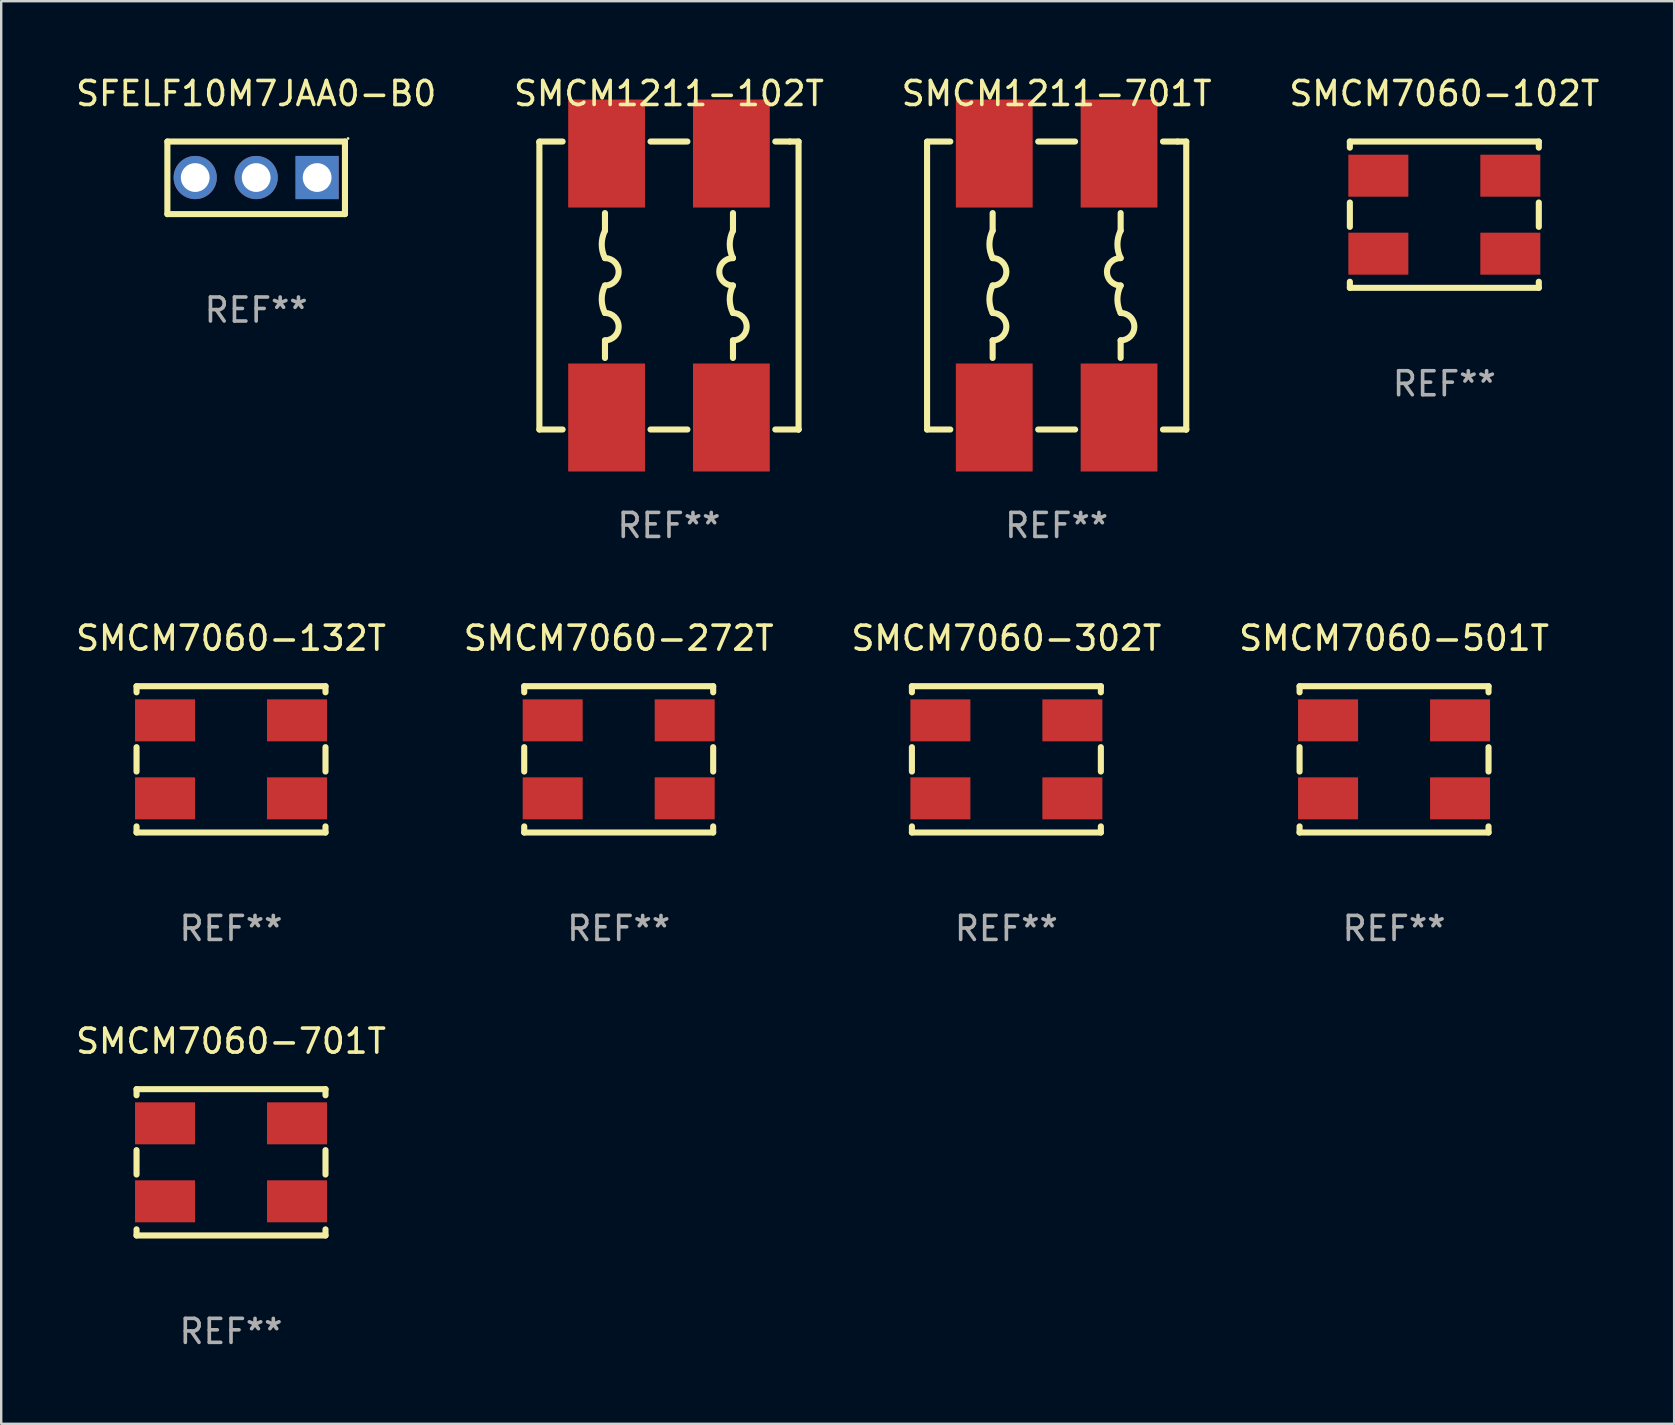
<source format=kicad_pcb>
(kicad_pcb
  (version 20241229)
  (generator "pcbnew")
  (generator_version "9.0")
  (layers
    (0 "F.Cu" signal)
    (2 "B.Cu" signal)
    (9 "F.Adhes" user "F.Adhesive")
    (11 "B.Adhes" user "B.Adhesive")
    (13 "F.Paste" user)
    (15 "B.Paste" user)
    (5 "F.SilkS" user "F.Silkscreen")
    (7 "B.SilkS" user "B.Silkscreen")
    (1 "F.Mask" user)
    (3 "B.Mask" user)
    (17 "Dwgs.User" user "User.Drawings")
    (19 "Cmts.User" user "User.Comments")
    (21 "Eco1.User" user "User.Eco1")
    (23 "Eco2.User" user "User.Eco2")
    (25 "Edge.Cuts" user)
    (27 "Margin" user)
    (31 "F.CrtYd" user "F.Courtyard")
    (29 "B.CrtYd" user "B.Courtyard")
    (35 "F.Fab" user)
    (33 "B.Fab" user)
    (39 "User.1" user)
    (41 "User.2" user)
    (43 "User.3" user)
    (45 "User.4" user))
  (footprint "SMCM7060-132T"
    (layer "F.Cu")
    (at 6.577 28.593)
    (property "Reference" "SMCM7060-132T" (at 0 -5.048 0) (layer "F.SilkS") (effects (font (size 1 1) (thickness 0.15))))
    (attr through_hole)
    (fp_line (start -3.937 -3.048) (end -3.937 -2.794) (stroke (width 0.254) (type solid)) (layer "F.SilkS"))
    (fp_line (start -3.937 -0.508) (end -3.937 0.508) (stroke (width 0.254) (type solid)) (layer "F.SilkS"))
    (fp_line (start -3.937 3.048) (end -3.937 2.794) (stroke (width 0.254) (type solid)) (layer "F.SilkS"))
    (fp_line (start 3.937 -3.048) (end -3.937 -3.048) (stroke (width 0.254) (type solid)) (layer "F.SilkS"))
    (fp_line (start 3.937 -2.794) (end 3.937 -3.048) (stroke (width 0.254) (type solid)) (layer "F.SilkS"))
    (fp_line (start 3.937 -0.508) (end 3.937 0.508) (stroke (width 0.254) (type solid)) (layer "F.SilkS"))
    (fp_line (start 3.937 2.794) (end 3.937 3.048) (stroke (width 0.254) (type solid)) (layer "F.SilkS"))
    (fp_line (start 3.937 3.048) (end -3.937 3.048) (stroke (width 0.254) (type solid)) (layer "F.SilkS"))
    (fp_circle (center -3.5 -3) (end -3.47 -3) (stroke (width 0.06) (type solid)) (fill no) (layer "F.SilkS"))
    (fp_text user "REF**" (at 0 7.048 0) (layer "F.Fab") (effects (font (size 1 1) (thickness 0.15))))
    (pad "1" smd rect (at -2.75 -1.625) (size 2.5 1.75) (layers "F.Cu" "F.Mask" "F.Paste"))
    (pad "2" smd rect (at -2.75 1.625) (size 2.5 1.75) (layers "F.Cu" "F.Mask" "F.Paste"))
    (pad "3" smd rect (at 2.75 1.625) (size 2.5 1.75) (layers "F.Cu" "F.Mask" "F.Paste"))
    (pad "4" smd rect (at 2.75 -1.625) (size 2.5 1.75) (layers "F.Cu" "F.Mask" "F.Paste")))
  (footprint "SMCM7060-102T"
    (layer "F.Cu")
    (at 57.137 5.896)
    (property "Reference" "SMCM7060-102T" (at 0 -5.048 0) (layer "F.SilkS") (effects (font (size 1 1) (thickness 0.15))))
    (attr through_hole)
    (fp_line (start -3.937 -3.048) (end -3.937 -2.794) (stroke (width 0.254) (type solid)) (layer "F.SilkS"))
    (fp_line (start -3.937 -0.508) (end -3.937 0.508) (stroke (width 0.254) (type solid)) (layer "F.SilkS"))
    (fp_line (start -3.937 3.048) (end -3.937 2.794) (stroke (width 0.254) (type solid)) (layer "F.SilkS"))
    (fp_line (start 3.937 -3.048) (end -3.937 -3.048) (stroke (width 0.254) (type solid)) (layer "F.SilkS"))
    (fp_line (start 3.937 -2.794) (end 3.937 -3.048) (stroke (width 0.254) (type solid)) (layer "F.SilkS"))
    (fp_line (start 3.937 -0.508) (end 3.937 0.508) (stroke (width 0.254) (type solid)) (layer "F.SilkS"))
    (fp_line (start 3.937 2.794) (end 3.937 3.048) (stroke (width 0.254) (type solid)) (layer "F.SilkS"))
    (fp_line (start 3.937 3.048) (end -3.937 3.048) (stroke (width 0.254) (type solid)) (layer "F.SilkS"))
    (fp_circle (center -3.5 -3) (end -3.47 -3) (stroke (width 0.06) (type solid)) (fill no) (layer "F.SilkS"))
    (fp_text user "REF**" (at 0 7.048 0) (layer "F.Fab") (effects (font (size 1 1) (thickness 0.15))))
    (pad "1" smd rect (at -2.75 -1.625) (size 2.5 1.75) (layers "F.Cu" "F.Mask" "F.Paste"))
    (pad "2" smd rect (at -2.75 1.625) (size 2.5 1.75) (layers "F.Cu" "F.Mask" "F.Paste"))
    (pad "3" smd rect (at 2.75 1.625) (size 2.5 1.75) (layers "F.Cu" "F.Mask" "F.Paste"))
    (pad "4" smd rect (at 2.75 -1.625) (size 2.5 1.75) (layers "F.Cu" "F.Mask" "F.Paste")))
  (footprint "SMCM7060-302T"
    (layer "F.Cu")
    (at 38.887 28.593)
    (property "Reference" "SMCM7060-302T" (at 0 -5.048 0) (layer "F.SilkS") (effects (font (size 1 1) (thickness 0.15))))
    (attr through_hole)
    (fp_line (start -3.937 -3.048) (end -3.937 -2.794) (stroke (width 0.254) (type solid)) (layer "F.SilkS"))
    (fp_line (start -3.937 -0.508) (end -3.937 0.508) (stroke (width 0.254) (type solid)) (layer "F.SilkS"))
    (fp_line (start -3.937 3.048) (end -3.937 2.794) (stroke (width 0.254) (type solid)) (layer "F.SilkS"))
    (fp_line (start 3.937 -3.048) (end -3.937 -3.048) (stroke (width 0.254) (type solid)) (layer "F.SilkS"))
    (fp_line (start 3.937 -2.794) (end 3.937 -3.048) (stroke (width 0.254) (type solid)) (layer "F.SilkS"))
    (fp_line (start 3.937 -0.508) (end 3.937 0.508) (stroke (width 0.254) (type solid)) (layer "F.SilkS"))
    (fp_line (start 3.937 2.794) (end 3.937 3.048) (stroke (width 0.254) (type solid)) (layer "F.SilkS"))
    (fp_line (start 3.937 3.048) (end -3.937 3.048) (stroke (width 0.254) (type solid)) (layer "F.SilkS"))
    (fp_circle (center -3.5 -3) (end -3.47 -3) (stroke (width 0.06) (type solid)) (fill no) (layer "F.SilkS"))
    (fp_text user "REF**" (at 0 7.048 0) (layer "F.Fab") (effects (font (size 1 1) (thickness 0.15))))
    (pad "1" smd rect (at -2.75 -1.625) (size 2.5 1.75) (layers "F.Cu" "F.Mask" "F.Paste"))
    (pad "2" smd rect (at -2.75 1.625) (size 2.5 1.75) (layers "F.Cu" "F.Mask" "F.Paste"))
    (pad "3" smd rect (at 2.75 1.625) (size 2.5 1.75) (layers "F.Cu" "F.Mask" "F.Paste"))
    (pad "4" smd rect (at 2.75 -1.625) (size 2.5 1.75) (layers "F.Cu" "F.Mask" "F.Paste")))
  (footprint "SMCM7060-501T"
    (layer "F.Cu")
    (at 55.042 28.593)
    (property "Reference" "SMCM7060-501T" (at 0 -5.048 0) (layer "F.SilkS") (effects (font (size 1 1) (thickness 0.15))))
    (attr through_hole)
    (fp_line (start -3.937 -3.048) (end -3.937 -2.794) (stroke (width 0.254) (type solid)) (layer "F.SilkS"))
    (fp_line (start -3.937 -0.508) (end -3.937 0.508) (stroke (width 0.254) (type solid)) (layer "F.SilkS"))
    (fp_line (start -3.937 3.048) (end -3.937 2.794) (stroke (width 0.254) (type solid)) (layer "F.SilkS"))
    (fp_line (start 3.937 -3.048) (end -3.937 -3.048) (stroke (width 0.254) (type solid)) (layer "F.SilkS"))
    (fp_line (start 3.937 -2.794) (end 3.937 -3.048) (stroke (width 0.254) (type solid)) (layer "F.SilkS"))
    (fp_line (start 3.937 -0.508) (end 3.937 0.508) (stroke (width 0.254) (type solid)) (layer "F.SilkS"))
    (fp_line (start 3.937 2.794) (end 3.937 3.048) (stroke (width 0.254) (type solid)) (layer "F.SilkS"))
    (fp_line (start 3.937 3.048) (end -3.937 3.048) (stroke (width 0.254) (type solid)) (layer "F.SilkS"))
    (fp_circle (center -3.5 -3) (end -3.47 -3) (stroke (width 0.06) (type solid)) (fill no) (layer "F.SilkS"))
    (fp_text user "REF**" (at 0 7.048 0) (layer "F.Fab") (effects (font (size 1 1) (thickness 0.15))))
    (pad "1" smd rect (at -2.75 -1.625) (size 2.5 1.75) (layers "F.Cu" "F.Mask" "F.Paste"))
    (pad "2" smd rect (at -2.75 1.625) (size 2.5 1.75) (layers "F.Cu" "F.Mask" "F.Paste"))
    (pad "3" smd rect (at 2.75 1.625) (size 2.5 1.75) (layers "F.Cu" "F.Mask" "F.Paste"))
    (pad "4" smd rect (at 2.75 -1.625) (size 2.5 1.75) (layers "F.Cu" "F.Mask" "F.Paste")))
  (footprint "SMCM1211-701T"
    (layer "F.Cu")
    (at 40.982 8.848)
    (property "Reference" "SMCM1211-701T" (at 0 -8 0) (layer "F.SilkS") (effects (font (size 1 1) (thickness 0.15))))
    (attr through_hole)
    (fp_line (start -5.4 -5.97) (end -5.38 -5.99) (stroke (width 0.254) (type solid)) (layer "F.SilkS"))
    (fp_line (start -5.4 6) (end -5.4 -5.97) (stroke (width 0.254) (type solid)) (layer "F.SilkS"))
    (fp_line (start -5.4 6) (end -4.432 6) (stroke (width 0.254) (type solid)) (layer "F.SilkS"))
    (fp_line (start -4.432 -6) (end -5.4 -6) (stroke (width 0.254) (type solid)) (layer "F.SilkS"))
    (fp_line (start -2.667 -2.286) (end -2.667 -3.019) (stroke (width 0.254) (type solid)) (layer "F.SilkS"))
    (fp_line (start -2.667 2.286) (end -2.667 3.019) (stroke (width 0.254) (type solid)) (layer "F.SilkS"))
    (fp_line (start -0.769 6) (end 0.769 6) (stroke (width 0.254) (type solid)) (layer "F.SilkS"))
    (fp_line (start 0.768 -6) (end -0.769 -6) (stroke (width 0.254) (type solid)) (layer "F.SilkS"))
    (fp_line (start 2.667 -2.286) (end 2.667 -3.019) (stroke (width 0.254) (type solid)) (layer "F.SilkS"))
    (fp_line (start 2.667 2.286) (end 2.667 3.019) (stroke (width 0.254) (type solid)) (layer "F.SilkS"))
    (fp_line (start 4.431 6) (end 5.4 6) (stroke (width 0.254) (type solid)) (layer "F.SilkS"))
    (fp_line (start 5.037 -6) (end 4.431 -6) (stroke (width 0.254) (type solid)) (layer "F.SilkS"))
    (fp_line (start 5.037 -6) (end 5.4 -6) (stroke (width 0.254) (type solid)) (layer "F.SilkS"))
    (fp_line (start 5.4 6) (end 5.4 5.999) (stroke (width 0.254) (type solid)) (layer "F.SilkS"))
    (fp_line (start 5.4 -6) (end 5.4 5.999) (stroke (width 0.254) (type solid)) (layer "F.SilkS"))
    (fp_arc (start -2.667412 -1.143129) (mid -2.802325 -1.71463) (end -2.667412 -2.286132) (stroke (width 0.254001) (type solid)) (layer "F.SilkS"))
    (fp_arc (start -2.667412 1.14285) (mid -2.802317 0.571374) (end -2.667412 -0.000102) (stroke (width 0.254001) (type solid)) (layer "F.SilkS"))
    (fp_arc (start -2.667411 -1.143128) (mid -2.095911 -0.571614) (end -2.667412 -0.000102) (stroke (width 0.254001) (type solid)) (layer "F.SilkS"))
    (fp_arc (start -2.667411 1.14285) (mid -2.09591 1.714365) (end -2.667412 2.285878) (stroke (width 0.254001) (type solid)) (layer "F.SilkS"))
    (fp_arc (start 2.666598 -1.14313) (mid 2.531685 -1.714631) (end 2.666599 -2.286132) (stroke (width 0.254001) (type solid)) (layer "F.SilkS"))
    (fp_arc (start 2.666599 -0.000127) (mid 2.095098 -0.571628) (end 2.666599 -1.143129) (stroke (width 0.254001) (type solid)) (layer "F.SilkS"))
    (fp_arc (start 2.666599 1.142874) (mid 3.238101 1.714376) (end 2.666599 2.285878) (stroke (width 0.254001) (type solid)) (layer "F.SilkS"))
    (fp_arc (start 2.666599 1.142875) (mid 2.531686 0.571374) (end 2.666599 -0.000127) (stroke (width 0.254001) (type solid)) (layer "F.SilkS"))
    (fp_circle (center -5.4 6) (end -5.37 6) (stroke (width 0.06) (type solid)) (fill no) (layer "F.SilkS"))
    (fp_text user "REF**" (at 0 10 0) (layer "F.Fab") (effects (font (size 1 1) (thickness 0.15))))
    (pad "1" smd rect (at -2.6 5.5) (size 3.2 4.5) (layers "F.Cu" "F.Mask" "F.Paste"))
    (pad "2" smd rect (at 2.6 5.5) (size 3.2 4.5) (layers "F.Cu" "F.Mask" "F.Paste"))
    (pad "3" smd rect (at 2.6 -5.5) (size 3.2 4.5) (layers "F.Cu" "F.Mask" "F.Paste"))
    (pad "4" smd rect (at -2.6 -5.5) (size 3.2 4.5) (layers "F.Cu" "F.Mask" "F.Paste")))
  (footprint "SMCM7060-272T"
    (layer "F.Cu")
    (at 22.732 28.593)
    (property "Reference" "SMCM7060-272T" (at 0 -5.048 0) (layer "F.SilkS") (effects (font (size 1 1) (thickness 0.15))))
    (attr through_hole)
    (fp_line (start -3.937 -3.048) (end -3.937 -2.794) (stroke (width 0.254) (type solid)) (layer "F.SilkS"))
    (fp_line (start -3.937 -0.508) (end -3.937 0.508) (stroke (width 0.254) (type solid)) (layer "F.SilkS"))
    (fp_line (start -3.937 3.048) (end -3.937 2.794) (stroke (width 0.254) (type solid)) (layer "F.SilkS"))
    (fp_line (start 3.937 -3.048) (end -3.937 -3.048) (stroke (width 0.254) (type solid)) (layer "F.SilkS"))
    (fp_line (start 3.937 -2.794) (end 3.937 -3.048) (stroke (width 0.254) (type solid)) (layer "F.SilkS"))
    (fp_line (start 3.937 -0.508) (end 3.937 0.508) (stroke (width 0.254) (type solid)) (layer "F.SilkS"))
    (fp_line (start 3.937 2.794) (end 3.937 3.048) (stroke (width 0.254) (type solid)) (layer "F.SilkS"))
    (fp_line (start 3.937 3.048) (end -3.937 3.048) (stroke (width 0.254) (type solid)) (layer "F.SilkS"))
    (fp_circle (center -3.5 -3) (end -3.47 -3) (stroke (width 0.06) (type solid)) (fill no) (layer "F.SilkS"))
    (fp_text user "REF**" (at 0 7.048 0) (layer "F.Fab") (effects (font (size 1 1) (thickness 0.15))))
    (pad "1" smd rect (at -2.75 -1.625) (size 2.5 1.75) (layers "F.Cu" "F.Mask" "F.Paste"))
    (pad "2" smd rect (at -2.75 1.625) (size 2.5 1.75) (layers "F.Cu" "F.Mask" "F.Paste"))
    (pad "3" smd rect (at 2.75 1.625) (size 2.5 1.75) (layers "F.Cu" "F.Mask" "F.Paste"))
    (pad "4" smd rect (at 2.75 -1.625) (size 2.5 1.75) (layers "F.Cu" "F.Mask" "F.Paste")))
  (footprint "SFELF10M7JAA0-B0"
    (layer "F.Cu")
    (at 7.625 4.36)
    (property "Reference" "SFELF10M7JAA0-B0" (at 0 -3.512 0) (layer "F.SilkS") (effects (font (size 1 1) (thickness 0.15))))
    (attr through_hole)
    (fp_line (start -3.7 -1.512) (end -3.7 1.512) (stroke (width 0.254) (type solid)) (layer "F.SilkS"))
    (fp_line (start -3.7 -1.512) (end 3.7 -1.512) (stroke (width 0.254) (type solid)) (layer "F.SilkS"))
    (fp_line (start -3.7 1.512) (end 3.7 1.512) (stroke (width 0.254) (type solid)) (layer "F.SilkS"))
    (fp_line (start 3.7 -1.512) (end 3.7 1.512) (stroke (width 0.254) (type solid)) (layer "F.SilkS"))
    (fp_circle (center 3.827 -1.639) (end 3.857 -1.639) (stroke (width 0.06) (type solid)) (fill no) (layer "F.SilkS"))
    (fp_text user "REF**" (at 0 5.512 0) (layer "F.Fab") (effects (font (size 1 1) (thickness 0.15))))
    (pad "1" thru_hole rect (at 2.54 -0.012) (size 1.8 1.8) (drill 1.2) (layers "*.Cu" "*.Mask"))
    (pad "2" thru_hole circle (at 0 -0.012) (size 1.8 1.8) (drill 1.2) (layers "*.Cu" "*.Mask"))
    (pad "3" thru_hole circle (at -2.54 -0.012) (size 1.8 1.8) (drill 1.2) (layers "*.Cu" "*.Mask")))
  (footprint "SMCM7060-701T"
    (layer "F.Cu")
    (at 6.577 45.385)
    (property "Reference" "SMCM7060-701T" (at 0 -5.048 0) (layer "F.SilkS") (effects (font (size 1 1) (thickness 0.15))))
    (attr through_hole)
    (fp_line (start -3.937 -3.048) (end -3.937 -2.794) (stroke (width 0.254) (type solid)) (layer "F.SilkS"))
    (fp_line (start -3.937 -0.508) (end -3.937 0.508) (stroke (width 0.254) (type solid)) (layer "F.SilkS"))
    (fp_line (start -3.937 3.048) (end -3.937 2.794) (stroke (width 0.254) (type solid)) (layer "F.SilkS"))
    (fp_line (start 3.937 -3.048) (end -3.937 -3.048) (stroke (width 0.254) (type solid)) (layer "F.SilkS"))
    (fp_line (start 3.937 -2.794) (end 3.937 -3.048) (stroke (width 0.254) (type solid)) (layer "F.SilkS"))
    (fp_line (start 3.937 -0.508) (end 3.937 0.508) (stroke (width 0.254) (type solid)) (layer "F.SilkS"))
    (fp_line (start 3.937 2.794) (end 3.937 3.048) (stroke (width 0.254) (type solid)) (layer "F.SilkS"))
    (fp_line (start 3.937 3.048) (end -3.937 3.048) (stroke (width 0.254) (type solid)) (layer "F.SilkS"))
    (fp_circle (center -3.5 -3) (end -3.47 -3) (stroke (width 0.06) (type solid)) (fill no) (layer "F.SilkS"))
    (fp_text user "REF**" (at 0 7.048 0) (layer "F.Fab") (effects (font (size 1 1) (thickness 0.15))))
    (pad "1" smd rect (at -2.75 -1.625) (size 2.5 1.75) (layers "F.Cu" "F.Mask" "F.Paste"))
    (pad "2" smd rect (at -2.75 1.625) (size 2.5 1.75) (layers "F.Cu" "F.Mask" "F.Paste"))
    (pad "3" smd rect (at 2.75 1.625) (size 2.5 1.75) (layers "F.Cu" "F.Mask" "F.Paste"))
    (pad "4" smd rect (at 2.75 -1.625) (size 2.5 1.75) (layers "F.Cu" "F.Mask" "F.Paste")))
  (footprint "SMCM1211-102T"
    (layer "F.Cu")
    (at 24.827 8.848)
    (property "Reference" "SMCM1211-102T" (at 0 -8 0) (layer "F.SilkS") (effects (font (size 1 1) (thickness 0.15))))
    (attr through_hole)
    (fp_line (start -5.4 -5.97) (end -5.38 -5.99) (stroke (width 0.254) (type solid)) (layer "F.SilkS"))
    (fp_line (start -5.4 6) (end -5.4 -5.97) (stroke (width 0.254) (type solid)) (layer "F.SilkS"))
    (fp_line (start -5.4 6) (end -4.432 6) (stroke (width 0.254) (type solid)) (layer "F.SilkS"))
    (fp_line (start -4.432 -6) (end -5.4 -6) (stroke (width 0.254) (type solid)) (layer "F.SilkS"))
    (fp_line (start -2.667 -2.286) (end -2.667 -3.019) (stroke (width 0.254) (type solid)) (layer "F.SilkS"))
    (fp_line (start -2.667 2.286) (end -2.667 3.019) (stroke (width 0.254) (type solid)) (layer "F.SilkS"))
    (fp_line (start -0.769 6) (end 0.769 6) (stroke (width 0.254) (type solid)) (layer "F.SilkS"))
    (fp_line (start 0.768 -6) (end -0.769 -6) (stroke (width 0.254) (type solid)) (layer "F.SilkS"))
    (fp_line (start 2.667 -2.286) (end 2.667 -3.019) (stroke (width 0.254) (type solid)) (layer "F.SilkS"))
    (fp_line (start 2.667 2.286) (end 2.667 3.019) (stroke (width 0.254) (type solid)) (layer "F.SilkS"))
    (fp_line (start 4.431 6) (end 5.4 6) (stroke (width 0.254) (type solid)) (layer "F.SilkS"))
    (fp_line (start 5.037 -6) (end 4.431 -6) (stroke (width 0.254) (type solid)) (layer "F.SilkS"))
    (fp_line (start 5.037 -6) (end 5.4 -6) (stroke (width 0.254) (type solid)) (layer "F.SilkS"))
    (fp_line (start 5.4 6) (end 5.4 5.999) (stroke (width 0.254) (type solid)) (layer "F.SilkS"))
    (fp_line (start 5.4 -6) (end 5.4 5.999) (stroke (width 0.254) (type solid)) (layer "F.SilkS"))
    (fp_arc (start -2.667412 -1.143129) (mid -2.802325 -1.71463) (end -2.667412 -2.286132) (stroke (width 0.254001) (type solid)) (layer "F.SilkS"))
    (fp_arc (start -2.667412 1.14285) (mid -2.802317 0.571374) (end -2.667412 -0.000102) (stroke (width 0.254001) (type solid)) (layer "F.SilkS"))
    (fp_arc (start -2.667411 -1.143128) (mid -2.095911 -0.571614) (end -2.667412 -0.000102) (stroke (width 0.254001) (type solid)) (layer "F.SilkS"))
    (fp_arc (start -2.667411 1.14285) (mid -2.09591 1.714365) (end -2.667412 2.285878) (stroke (width 0.254001) (type solid)) (layer "F.SilkS"))
    (fp_arc (start 2.666598 -1.14313) (mid 2.531685 -1.714631) (end 2.666599 -2.286132) (stroke (width 0.254001) (type solid)) (layer "F.SilkS"))
    (fp_arc (start 2.666599 -0.000127) (mid 2.095098 -0.571628) (end 2.666599 -1.143129) (stroke (width 0.254001) (type solid)) (layer "F.SilkS"))
    (fp_arc (start 2.666599 1.142874) (mid 3.238101 1.714376) (end 2.666599 2.285878) (stroke (width 0.254001) (type solid)) (layer "F.SilkS"))
    (fp_arc (start 2.666599 1.142875) (mid 2.531686 0.571374) (end 2.666599 -0.000127) (stroke (width 0.254001) (type solid)) (layer "F.SilkS"))
    (fp_circle (center -5.4 6) (end -5.37 6) (stroke (width 0.06) (type solid)) (fill no) (layer "F.SilkS"))
    (fp_text user "REF**" (at 0 10 0) (layer "F.Fab") (effects (font (size 1 1) (thickness 0.15))))
    (pad "1" smd rect (at -2.6 5.5) (size 3.2 4.5) (layers "F.Cu" "F.Mask" "F.Paste"))
    (pad "2" smd rect (at 2.6 5.5) (size 3.2 4.5) (layers "F.Cu" "F.Mask" "F.Paste"))
    (pad "3" smd rect (at 2.6 -5.5) (size 3.2 4.5) (layers "F.Cu" "F.Mask" "F.Paste"))
    (pad "4" smd rect (at -2.6 -5.5) (size 3.2 4.5) (layers "F.Cu" "F.Mask" "F.Paste")))
  (gr_rect
    (start -3 -3)
    (end 66.714 56.281)
    (stroke (width 0.1) (type default))
    (fill no)
    (layer "Edge.Cuts")))
</source>
